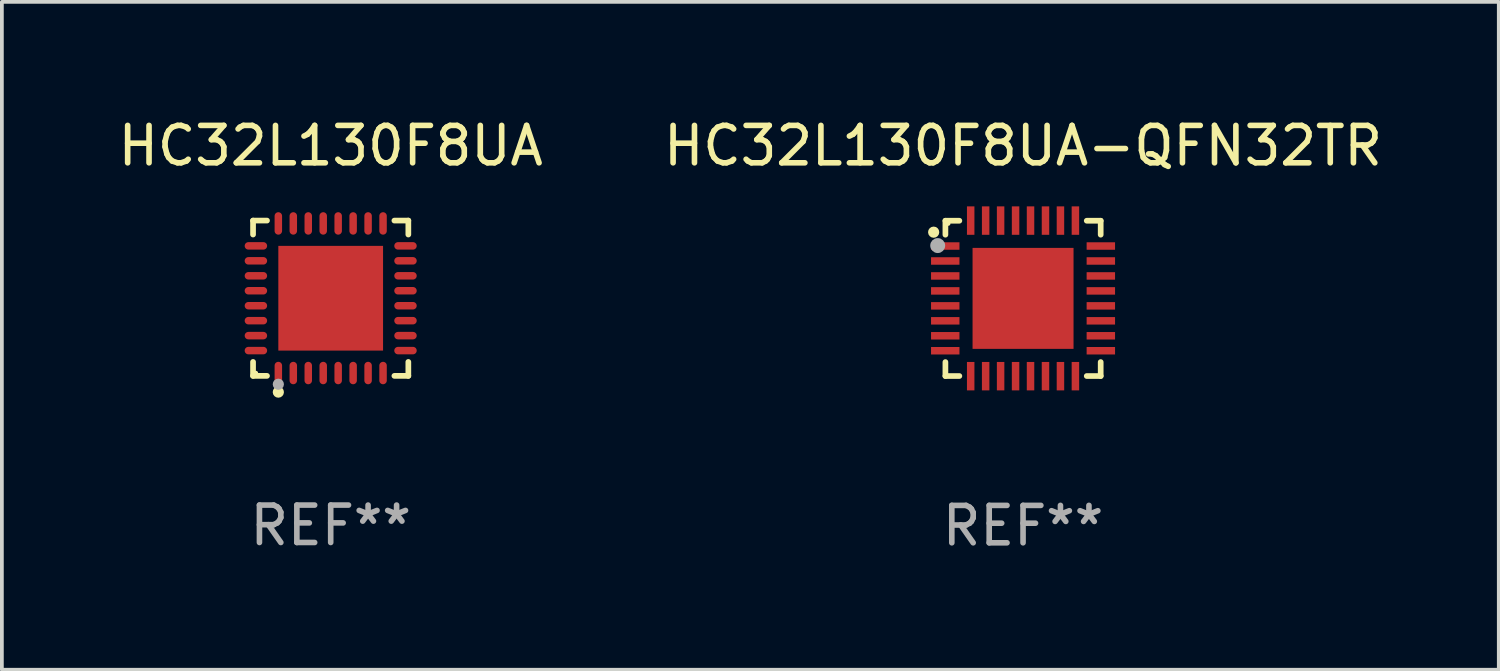
<source format=kicad_pcb>
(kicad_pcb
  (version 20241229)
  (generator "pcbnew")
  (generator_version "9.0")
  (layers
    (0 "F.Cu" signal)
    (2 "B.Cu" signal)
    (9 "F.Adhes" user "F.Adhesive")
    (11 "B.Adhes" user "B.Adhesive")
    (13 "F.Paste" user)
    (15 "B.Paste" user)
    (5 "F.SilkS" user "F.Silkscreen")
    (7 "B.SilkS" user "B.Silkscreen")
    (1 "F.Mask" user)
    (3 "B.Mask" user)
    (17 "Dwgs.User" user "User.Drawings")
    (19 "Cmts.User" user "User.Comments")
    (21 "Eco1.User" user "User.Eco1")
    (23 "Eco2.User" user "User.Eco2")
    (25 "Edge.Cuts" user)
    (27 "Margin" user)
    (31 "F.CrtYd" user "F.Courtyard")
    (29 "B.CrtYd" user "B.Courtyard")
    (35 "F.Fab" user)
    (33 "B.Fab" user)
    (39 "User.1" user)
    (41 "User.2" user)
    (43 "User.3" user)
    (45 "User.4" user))
  (footprint "HC32L130F8UA-QFN32TR"
    (layer "F.Cu")
    (at 24.304 4.928)
    (property "Reference" "HC32L130F8UA-QFN32TR" (at 0 -4.08 0) (layer "F.SilkS") (effects (font (size 1 1) (thickness 0.15))))
    (attr through_hole)
    (fp_line (start -2.076 -2.076) (end -2.076 -1.703) (stroke (width 0.152) (type solid)) (layer "F.SilkS"))
    (fp_line (start -2.076 2.076) (end -2.076 1.703) (stroke (width 0.152) (type solid)) (layer "F.SilkS"))
    (fp_line (start -1.703 -2.076) (end -2.076 -2.076) (stroke (width 0.152) (type solid)) (layer "F.SilkS"))
    (fp_line (start -1.703 2.076) (end -2.076 2.076) (stroke (width 0.152) (type solid)) (layer "F.SilkS"))
    (fp_line (start 1.703 -2.076) (end 2.076 -2.076) (stroke (width 0.152) (type solid)) (layer "F.SilkS"))
    (fp_line (start 1.703 2.076) (end 2.076 2.076) (stroke (width 0.152) (type solid)) (layer "F.SilkS"))
    (fp_line (start 2.076 -2.076) (end 2.076 -1.703) (stroke (width 0.152) (type solid)) (layer "F.SilkS"))
    (fp_line (start 2.076 2.076) (end 2.076 1.703) (stroke (width 0.152) (type solid)) (layer "F.SilkS"))
    (fp_circle (center -2.39 -1.77) (end -2.315 -1.77) (stroke (width 0.15) (type solid)) (fill no) (layer "F.SilkS"))
    (fp_circle (center -2 -2) (end -1.97 -2) (stroke (width 0.06) (type solid)) (fill no) (layer "F.SilkS"))
    (fp_circle (center -2.282 -1.412) (end -2.182 -1.412) (stroke (width 0.2) (type solid)) (fill no) (layer "F.Fab"))
    (fp_text user "REF**" (at 0 6.08 0) (layer "F.Fab") (effects (font (size 1 1) (thickness 0.15))))
    (pad "1" smd rect (at -2.08 -1.4) (size 0.76 0.2) (layers "F.Cu" "F.Mask" "F.Paste"))
    (pad "2" smd rect (at -2.08 -1) (size 0.76 0.2) (layers "F.Cu" "F.Mask" "F.Paste"))
    (pad "3" smd rect (at -2.08 -0.6) (size 0.76 0.2) (layers "F.Cu" "F.Mask" "F.Paste"))
    (pad "4" smd rect (at -2.08 -0.2) (size 0.76 0.2) (layers "F.Cu" "F.Mask" "F.Paste"))
    (pad "5" smd rect (at -2.08 0.2) (size 0.76 0.2) (layers "F.Cu" "F.Mask" "F.Paste"))
    (pad "6" smd rect (at -2.08 0.6) (size 0.76 0.2) (layers "F.Cu" "F.Mask" "F.Paste"))
    (pad "7" smd rect (at -2.08 1) (size 0.76 0.2) (layers "F.Cu" "F.Mask" "F.Paste"))
    (pad "8" smd rect (at -2.08 1.4) (size 0.76 0.2) (layers "F.Cu" "F.Mask" "F.Paste"))
    (pad "9" smd rect (at -1.4 2.08) (size 0.2 0.76) (layers "F.Cu" "F.Mask" "F.Paste"))
    (pad "10" smd rect (at -1 2.08) (size 0.2 0.76) (layers "F.Cu" "F.Mask" "F.Paste"))
    (pad "11" smd rect (at -0.6 2.08) (size 0.2 0.76) (layers "F.Cu" "F.Mask" "F.Paste"))
    (pad "12" smd rect (at -0.2 2.08) (size 0.2 0.76) (layers "F.Cu" "F.Mask" "F.Paste"))
    (pad "13" smd rect (at 0.2 2.08) (size 0.2 0.76) (layers "F.Cu" "F.Mask" "F.Paste"))
    (pad "14" smd rect (at 0.6 2.08) (size 0.2 0.76) (layers "F.Cu" "F.Mask" "F.Paste"))
    (pad "15" smd rect (at 1 2.08) (size 0.2 0.76) (layers "F.Cu" "F.Mask" "F.Paste"))
    (pad "16" smd rect (at 1.4 2.08) (size 0.2 0.76) (layers "F.Cu" "F.Mask" "F.Paste"))
    (pad "17" smd rect (at 2.08 1.4) (size 0.76 0.2) (layers "F.Cu" "F.Mask" "F.Paste"))
    (pad "18" smd rect (at 2.08 1) (size 0.76 0.2) (layers "F.Cu" "F.Mask" "F.Paste"))
    (pad "19" smd rect (at 2.08 0.6) (size 0.76 0.2) (layers "F.Cu" "F.Mask" "F.Paste"))
    (pad "20" smd rect (at 2.08 0.2) (size 0.76 0.2) (layers "F.Cu" "F.Mask" "F.Paste"))
    (pad "21" smd rect (at 2.08 -0.2) (size 0.76 0.2) (layers "F.Cu" "F.Mask" "F.Paste"))
    (pad "22" smd rect (at 2.08 -0.6) (size 0.76 0.2) (layers "F.Cu" "F.Mask" "F.Paste"))
    (pad "23" smd rect (at 2.08 -1) (size 0.76 0.2) (layers "F.Cu" "F.Mask" "F.Paste"))
    (pad "24" smd rect (at 2.08 -1.4) (size 0.76 0.2) (layers "F.Cu" "F.Mask" "F.Paste"))
    (pad "25" smd rect (at 1.4 -2.08) (size 0.2 0.76) (layers "F.Cu" "F.Mask" "F.Paste"))
    (pad "26" smd rect (at 1 -2.08) (size 0.2 0.76) (layers "F.Cu" "F.Mask" "F.Paste"))
    (pad "27" smd rect (at 0.6 -2.08) (size 0.2 0.76) (layers "F.Cu" "F.Mask" "F.Paste"))
    (pad "28" smd rect (at 0.2 -2.08) (size 0.2 0.76) (layers "F.Cu" "F.Mask" "F.Paste"))
    (pad "29" smd rect (at -0.2 -2.08) (size 0.2 0.76) (layers "F.Cu" "F.Mask" "F.Paste"))
    (pad "30" smd rect (at -0.6 -2.08) (size 0.2 0.76) (layers "F.Cu" "F.Mask" "F.Paste"))
    (pad "31" smd rect (at -1 -2.08) (size 0.2 0.76) (layers "F.Cu" "F.Mask" "F.Paste"))
    (pad "32" smd rect (at -1.4 -2.08) (size 0.2 0.76) (layers "F.Cu" "F.Mask" "F.Paste"))
    (pad "33" smd rect (at 0 0) (size 2.7 2.7) (layers "F.Cu" "F.Mask" "F.Paste")))
  (footprint "HC32L130F8UA"
    (layer "F.Cu")
    (at 5.792 4.924)
    (property "Reference" "HC32L130F8UA" (at 0 -4.076 0) (layer "F.SilkS") (effects (font (size 1 1) (thickness 0.15))))
    (attr through_hole)
    (fp_line (start -2.076 -2.076) (end -1.703 -2.076) (stroke (width 0.152) (type solid)) (layer "F.SilkS"))
    (fp_line (start -2.076 -1.703) (end -2.076 -2.076) (stroke (width 0.152) (type solid)) (layer "F.SilkS"))
    (fp_line (start -2.076 1.703) (end -2.076 2.076) (stroke (width 0.152) (type solid)) (layer "F.SilkS"))
    (fp_line (start -2.076 2.076) (end -1.703 2.076) (stroke (width 0.152) (type solid)) (layer "F.SilkS"))
    (fp_line (start 2.076 -2.076) (end 1.703 -2.076) (stroke (width 0.152) (type solid)) (layer "F.SilkS"))
    (fp_line (start 2.076 -1.703) (end 2.076 -2.076) (stroke (width 0.152) (type solid)) (layer "F.SilkS"))
    (fp_line (start 2.076 1.703) (end 2.076 2.076) (stroke (width 0.152) (type solid)) (layer "F.SilkS"))
    (fp_line (start 2.076 2.076) (end 1.703 2.076) (stroke (width 0.152) (type solid)) (layer "F.SilkS"))
    (fp_circle (center -2 2) (end -1.97 2) (stroke (width 0.06) (type solid)) (fill no) (layer "F.SilkS"))
    (fp_circle (center -1.4 2.51) (end -1.325 2.51) (stroke (width 0.15) (type solid)) (fill no) (layer "F.SilkS"))
    (fp_circle (center -1.4 2.3) (end -1.325 2.3) (stroke (width 0.15) (type solid)) (fill no) (layer "F.Fab"))
    (fp_text user "REF**" (at 0 6.076 0) (layer "F.Fab") (effects (font (size 1 1) (thickness 0.15))))
    (pad "1" smd oval (at -1.4 2) (size 0.2 0.6) (layers "F.Cu" "F.Mask" "F.Paste"))
    (pad "2" smd oval (at -1 2) (size 0.2 0.6) (layers "F.Cu" "F.Mask" "F.Paste"))
    (pad "3" smd oval (at -0.6 2) (size 0.2 0.6) (layers "F.Cu" "F.Mask" "F.Paste"))
    (pad "4" smd oval (at -0.2 2) (size 0.2 0.6) (layers "F.Cu" "F.Mask" "F.Paste"))
    (pad "5" smd oval (at 0.2 2) (size 0.2 0.6) (layers "F.Cu" "F.Mask" "F.Paste"))
    (pad "6" smd oval (at 0.6 2) (size 0.2 0.6) (layers "F.Cu" "F.Mask" "F.Paste"))
    (pad "7" smd oval (at 1 2) (size 0.2 0.6) (layers "F.Cu" "F.Mask" "F.Paste"))
    (pad "8" smd oval (at 1.4 2) (size 0.2 0.6) (layers "F.Cu" "F.Mask" "F.Paste"))
    (pad "9" smd oval (at 2 1.4) (size 0.6 0.2) (layers "F.Cu" "F.Mask" "F.Paste"))
    (pad "10" smd oval (at 2 1) (size 0.6 0.2) (layers "F.Cu" "F.Mask" "F.Paste"))
    (pad "11" smd oval (at 2 0.6) (size 0.6 0.2) (layers "F.Cu" "F.Mask" "F.Paste"))
    (pad "12" smd oval (at 2 0.2) (size 0.6 0.2) (layers "F.Cu" "F.Mask" "F.Paste"))
    (pad "13" smd oval (at 2 -0.2) (size 0.6 0.2) (layers "F.Cu" "F.Mask" "F.Paste"))
    (pad "14" smd oval (at 2 -0.6) (size 0.6 0.2) (layers "F.Cu" "F.Mask" "F.Paste"))
    (pad "15" smd oval (at 2 -1) (size 0.6 0.2) (layers "F.Cu" "F.Mask" "F.Paste"))
    (pad "16" smd oval (at 2 -1.4) (size 0.6 0.2) (layers "F.Cu" "F.Mask" "F.Paste"))
    (pad "17" smd oval (at 1.4 -2) (size 0.2 0.6) (layers "F.Cu" "F.Mask" "F.Paste"))
    (pad "18" smd oval (at 1 -2) (size 0.2 0.6) (layers "F.Cu" "F.Mask" "F.Paste"))
    (pad "19" smd oval (at 0.6 -2) (size 0.2 0.6) (layers "F.Cu" "F.Mask" "F.Paste"))
    (pad "20" smd oval (at 0.2 -2) (size 0.2 0.6) (layers "F.Cu" "F.Mask" "F.Paste"))
    (pad "21" smd oval (at -0.2 -2) (size 0.2 0.6) (layers "F.Cu" "F.Mask" "F.Paste"))
    (pad "22" smd oval (at -0.6 -2) (size 0.2 0.6) (layers "F.Cu" "F.Mask" "F.Paste"))
    (pad "23" smd oval (at -1 -2) (size 0.2 0.6) (layers "F.Cu" "F.Mask" "F.Paste"))
    (pad "24" smd oval (at -1.4 -2) (size 0.2 0.6) (layers "F.Cu" "F.Mask" "F.Paste"))
    (pad "25" smd oval (at -2 -1.4) (size 0.6 0.2) (layers "F.Cu" "F.Mask" "F.Paste"))
    (pad "26" smd oval (at -2 -1) (size 0.6 0.2) (layers "F.Cu" "F.Mask" "F.Paste"))
    (pad "27" smd oval (at -2 -0.6) (size 0.6 0.2) (layers "F.Cu" "F.Mask" "F.Paste"))
    (pad "28" smd oval (at -2 -0.2) (size 0.6 0.2) (layers "F.Cu" "F.Mask" "F.Paste"))
    (pad "29" smd oval (at -2 0.2) (size 0.6 0.2) (layers "F.Cu" "F.Mask" "F.Paste"))
    (pad "30" smd oval (at -2 0.6) (size 0.6 0.2) (layers "F.Cu" "F.Mask" "F.Paste"))
    (pad "31" smd oval (at -2 1) (size 0.6 0.2) (layers "F.Cu" "F.Mask" "F.Paste"))
    (pad "32" smd oval (at -2 1.4) (size 0.6 0.2) (layers "F.Cu" "F.Mask" "F.Paste"))
    (pad "33" smd rect (at 0 0) (size 2.8 2.8) (layers "F.Cu" "F.Mask" "F.Paste")))
  (gr_rect
    (start -3 -3)
    (end 37.024 14.857)
    (stroke (width 0.1) (type default))
    (fill no)
    (layer "Edge.Cuts")))
</source>
